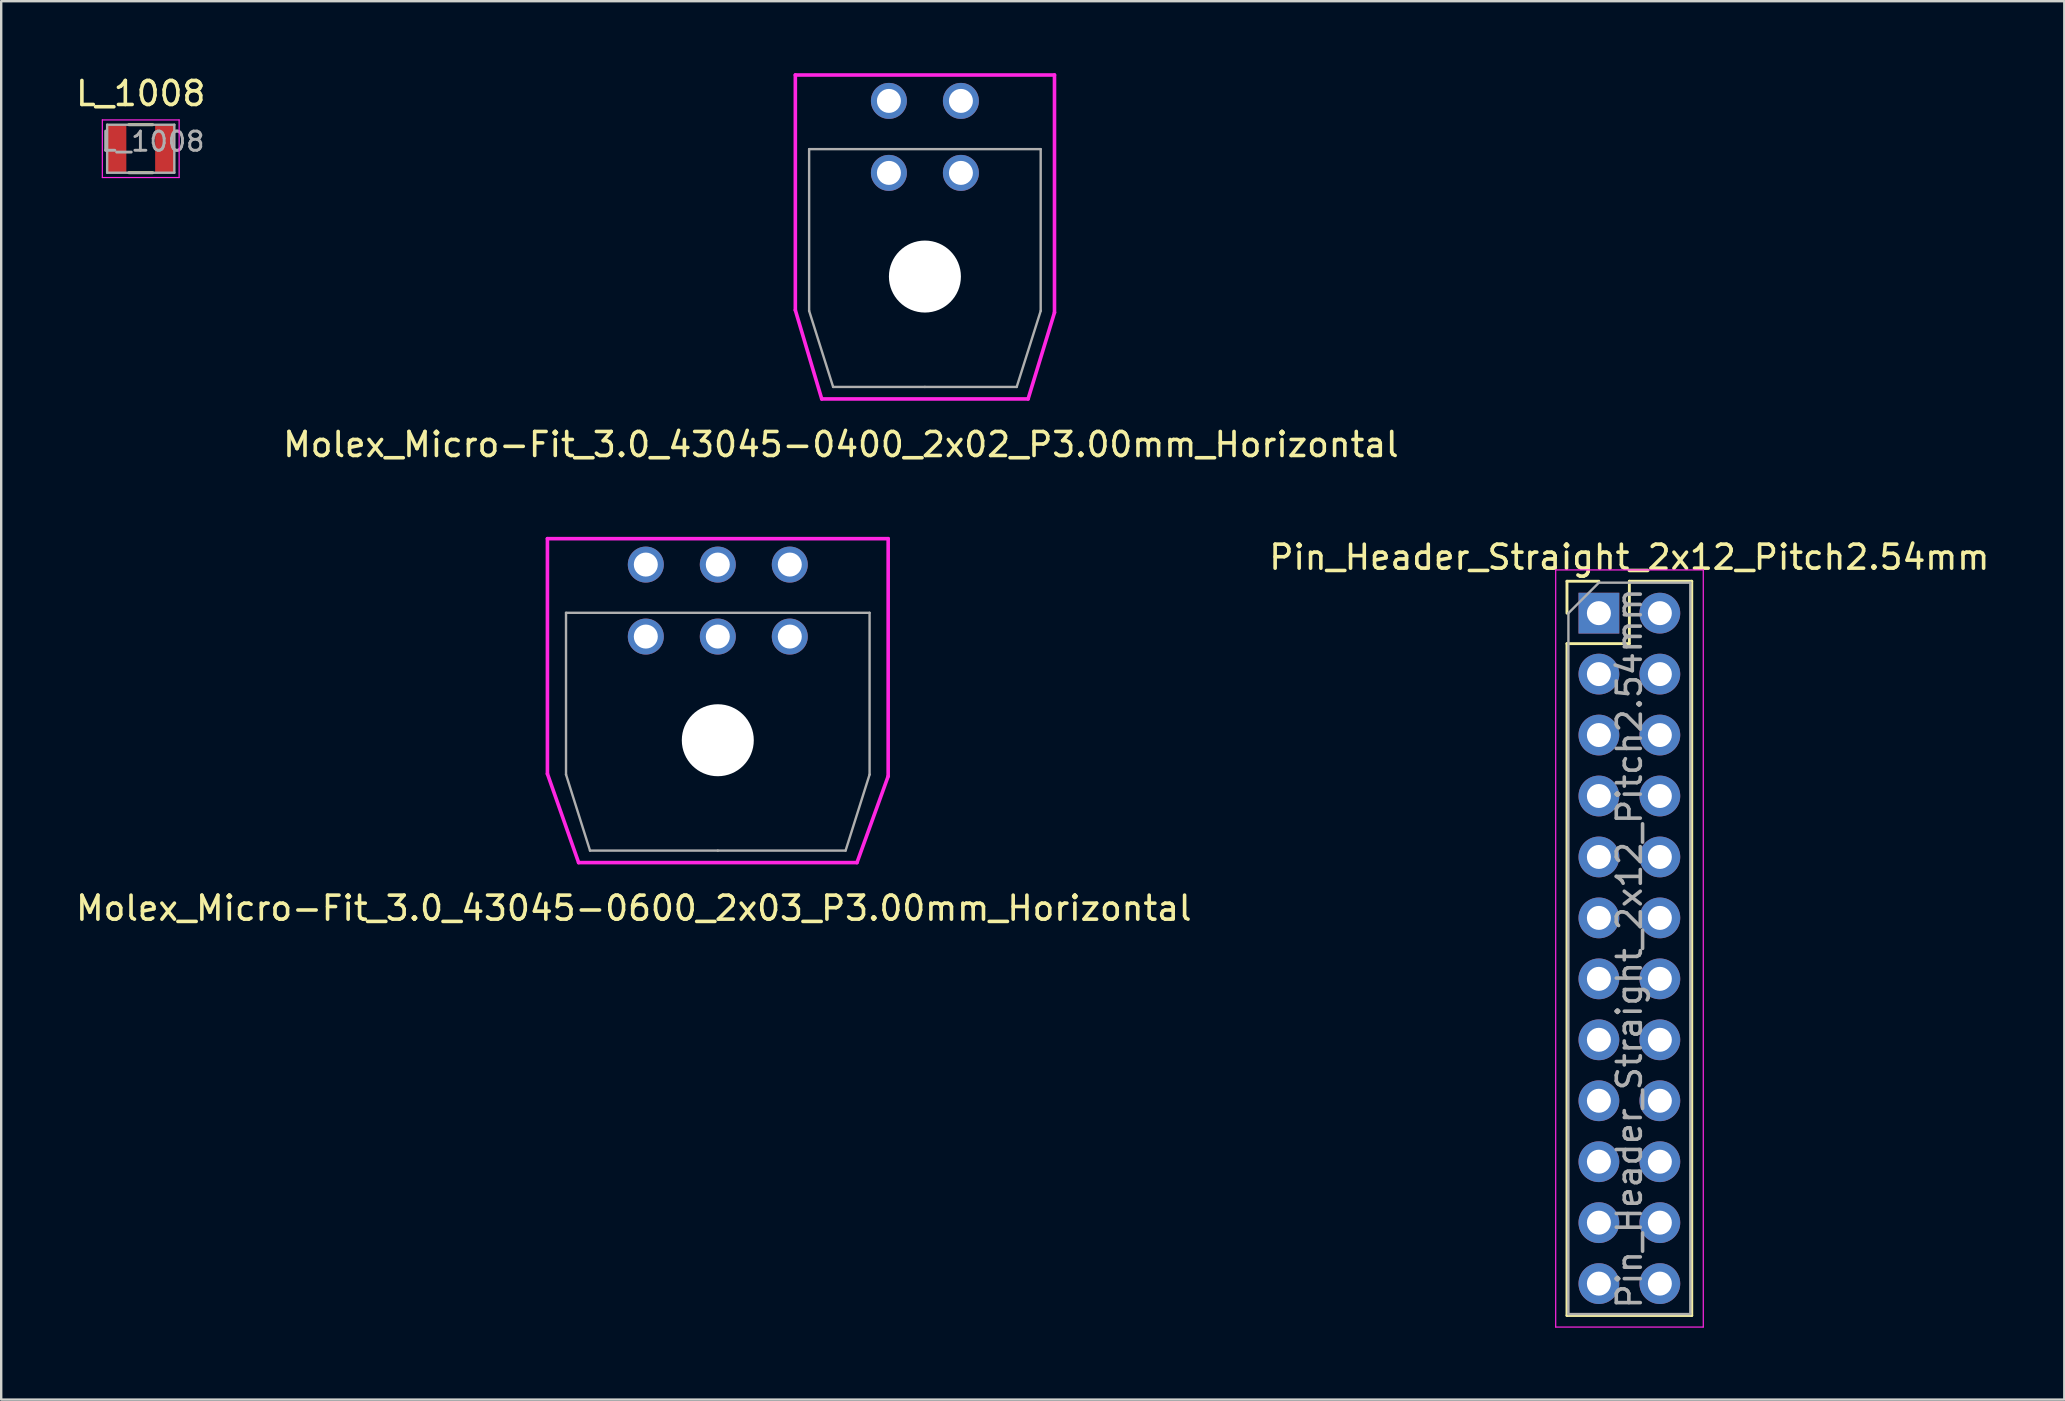
<source format=kicad_pcb>
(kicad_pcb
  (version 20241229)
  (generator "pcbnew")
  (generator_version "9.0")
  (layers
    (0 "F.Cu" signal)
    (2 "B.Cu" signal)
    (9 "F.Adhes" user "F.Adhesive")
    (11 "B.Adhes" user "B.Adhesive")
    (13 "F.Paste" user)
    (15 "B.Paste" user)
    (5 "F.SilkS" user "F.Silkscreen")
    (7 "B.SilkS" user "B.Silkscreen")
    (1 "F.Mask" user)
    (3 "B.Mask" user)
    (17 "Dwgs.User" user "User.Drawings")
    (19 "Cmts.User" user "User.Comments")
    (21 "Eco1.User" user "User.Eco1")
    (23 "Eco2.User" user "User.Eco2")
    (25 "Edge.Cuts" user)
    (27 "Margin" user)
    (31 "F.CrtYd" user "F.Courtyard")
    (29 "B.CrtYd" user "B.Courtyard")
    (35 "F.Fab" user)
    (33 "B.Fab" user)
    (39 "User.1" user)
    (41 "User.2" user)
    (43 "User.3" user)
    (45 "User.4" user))
  (footprint "Pin_Header_Straight_2x12_Pitch2.54mm"
    (layer "F.Cu")
    (at 63.581 22.502)
    (property "Reference" "Pin_Header_Straight_2x12_Pitch2.54mm" (at 1.27 -2.33 0) (layer "F.SilkS") (effects (font (size 1 1) (thickness 0.15))))
    (attr through_hole)
    (fp_line (start -1.33 -1.33) (end 0 -1.33) (stroke (width 0.12) (type solid)) (layer "F.SilkS"))
    (fp_line (start -1.33 0) (end -1.33 -1.33) (stroke (width 0.12) (type solid)) (layer "F.SilkS"))
    (fp_line (start -1.33 1.27) (end -1.33 29.27) (stroke (width 0.12) (type solid)) (layer "F.SilkS"))
    (fp_line (start -1.33 1.27) (end 1.27 1.27) (stroke (width 0.12) (type solid)) (layer "F.SilkS"))
    (fp_line (start -1.33 29.27) (end 3.87 29.27) (stroke (width 0.12) (type solid)) (layer "F.SilkS"))
    (fp_line (start 1.27 -1.33) (end 3.87 -1.33) (stroke (width 0.12) (type solid)) (layer "F.SilkS"))
    (fp_line (start 1.27 1.27) (end 1.27 -1.33) (stroke (width 0.12) (type solid)) (layer "F.SilkS"))
    (fp_line (start 3.87 -1.33) (end 3.87 29.27) (stroke (width 0.12) (type solid)) (layer "F.SilkS"))
    (fp_line (start -1.8 -1.8) (end -1.8 29.75) (stroke (width 0.05) (type solid)) (layer "F.CrtYd"))
    (fp_line (start -1.8 29.75) (end 4.35 29.75) (stroke (width 0.05) (type solid)) (layer "F.CrtYd"))
    (fp_line (start 4.35 -1.8) (end -1.8 -1.8) (stroke (width 0.05) (type solid)) (layer "F.CrtYd"))
    (fp_line (start 4.35 29.75) (end 4.35 -1.8) (stroke (width 0.05) (type solid)) (layer "F.CrtYd"))
    (fp_line (start -1.27 0) (end 0 -1.27) (stroke (width 0.1) (type solid)) (layer "F.Fab"))
    (fp_line (start -1.27 29.21) (end -1.27 0) (stroke (width 0.1) (type solid)) (layer "F.Fab"))
    (fp_line (start 0 -1.27) (end 3.81 -1.27) (stroke (width 0.1) (type solid)) (layer "F.Fab"))
    (fp_line (start 3.81 -1.27) (end 3.81 29.21) (stroke (width 0.1) (type solid)) (layer "F.Fab"))
    (fp_line (start 3.81 29.21) (end -1.27 29.21) (stroke (width 0.1) (type solid)) (layer "F.Fab"))
    (fp_text user "${REFERENCE}" (at 1.27 13.97 90) (layer "F.Fab") (effects (font (size 1 1) (thickness 0.15))))
    (pad "1" thru_hole rect (at 0 0) (size 1.7 1.7) (drill 1) (layers "*.Cu" "*.Mask"))
    (pad "2" thru_hole oval (at 0 2.54) (size 1.7 1.7) (drill 1) (layers "*.Cu" "*.Mask"))
    (pad "3" thru_hole oval (at 0 5.08) (size 1.7 1.7) (drill 1) (layers "*.Cu" "*.Mask"))
    (pad "4" thru_hole oval (at 0 7.62) (size 1.7 1.7) (drill 1) (layers "*.Cu" "*.Mask"))
    (pad "5" thru_hole oval (at 0 10.16) (size 1.7 1.7) (drill 1) (layers "*.Cu" "*.Mask"))
    (pad "6" thru_hole oval (at 0 12.7) (size 1.7 1.7) (drill 1) (layers "*.Cu" "*.Mask"))
    (pad "7" thru_hole oval (at 0 15.24) (size 1.7 1.7) (drill 1) (layers "*.Cu" "*.Mask"))
    (pad "8" thru_hole oval (at 0 17.78) (size 1.7 1.7) (drill 1) (layers "*.Cu" "*.Mask"))
    (pad "9" thru_hole oval (at 0 20.32) (size 1.7 1.7) (drill 1) (layers "*.Cu" "*.Mask"))
    (pad "10" thru_hole oval (at 0 22.86) (size 1.7 1.7) (drill 1) (layers "*.Cu" "*.Mask"))
    (pad "11" thru_hole oval (at 0 25.4) (size 1.7 1.7) (drill 1) (layers "*.Cu" "*.Mask"))
    (pad "12" thru_hole oval (at 0 27.94) (size 1.7 1.7) (drill 1) (layers "*.Cu" "*.Mask"))
    (pad "13" thru_hole oval (at 2.54 0) (size 1.7 1.7) (drill 1) (layers "*.Cu" "*.Mask"))
    (pad "14" thru_hole oval (at 2.54 2.54) (size 1.7 1.7) (drill 1) (layers "*.Cu" "*.Mask"))
    (pad "15" thru_hole oval (at 2.54 5.08) (size 1.7 1.7) (drill 1) (layers "*.Cu" "*.Mask"))
    (pad "16" thru_hole oval (at 2.54 7.62) (size 1.7 1.7) (drill 1) (layers "*.Cu" "*.Mask"))
    (pad "17" thru_hole oval (at 2.54 10.16) (size 1.7 1.7) (drill 1) (layers "*.Cu" "*.Mask"))
    (pad "18" thru_hole oval (at 2.54 12.7) (size 1.7 1.7) (drill 1) (layers "*.Cu" "*.Mask"))
    (pad "19" thru_hole oval (at 2.54 15.24) (size 1.7 1.7) (drill 1) (layers "*.Cu" "*.Mask"))
    (pad "20" thru_hole oval (at 2.54 17.78) (size 1.7 1.7) (drill 1) (layers "*.Cu" "*.Mask"))
    (pad "21" thru_hole oval (at 2.54 20.32) (size 1.7 1.7) (drill 1) (layers "*.Cu" "*.Mask"))
    (pad "22" thru_hole oval (at 2.54 22.86) (size 1.7 1.7) (drill 1) (layers "*.Cu" "*.Mask"))
    (pad "23" thru_hole oval (at 2.54 25.4) (size 1.7 1.7) (drill 1) (layers "*.Cu" "*.Mask"))
    (pad "24" thru_hole oval (at 2.54 27.94) (size 1.7 1.7) (drill 1) (layers "*.Cu" "*.Mask")))
  (footprint "Molex_Micro-Fit_3.0_43045-0400_2x02_P3.00mm_Horizontal"
    (layer "F.Cu")
    (at 35.494 13.075)
    (property "Reference" "Molex_Micro-Fit_3.0_43045-0400_2x02_P3.00mm_Horizontal" (at -3.5 2.4 180) (layer "F.SilkS") (effects (font (size 1 1) (thickness 0.15))))
    (attr smd)
    (fp_line (start -5.4 -13) (end -5.4 -3.2) (stroke (width 0.15) (type solid)) (layer "F.CrtYd"))
    (fp_line (start -5.4 -3.2) (end -4.3 0.5) (stroke (width 0.15) (type solid)) (layer "F.CrtYd"))
    (fp_line (start -4.3 0.5) (end 4.3 0.5) (stroke (width 0.15) (type solid)) (layer "F.CrtYd"))
    (fp_line (start 4.3 0.5) (end 5.4 -3.1) (stroke (width 0.15) (type solid)) (layer "F.CrtYd"))
    (fp_line (start 5.4 -13) (end -5.4 -13) (stroke (width 0.15) (type solid)) (layer "F.CrtYd"))
    (fp_line (start 5.4 -3.1) (end 5.4 -13) (stroke (width 0.15) (type solid)) (layer "F.CrtYd"))
    (fp_line (start -4.825 -9.91) (end -4.825 -3.17) (stroke (width 0.1) (type solid)) (layer "F.Fab"))
    (fp_line (start -4.825 -9.91) (end 4.825 -9.91) (stroke (width 0.1) (type solid)) (layer "F.Fab"))
    (fp_line (start -4.825 -3.17) (end -3.825 0) (stroke (width 0.1) (type solid)) (layer "F.Fab"))
    (fp_line (start 0 0) (end -3.825 0) (stroke (width 0.1) (type solid)) (layer "F.Fab"))
    (fp_line (start 0 0) (end 3.825 0) (stroke (width 0.1) (type solid)) (layer "F.Fab"))
    (fp_line (start 4.825 -9.91) (end 4.825 -3.17) (stroke (width 0.1) (type solid)) (layer "F.Fab"))
    (fp_line (start 4.826 -3.17) (end 3.825 0) (stroke (width 0.1) (type solid)) (layer "F.Fab"))
    (pad "" np_thru_hole circle (at 0 -4.6 180) (size 3 3) (drill 3) (layers "*.Cu" "*.Mask"))
    (pad "1" thru_hole circle (at 1.5 -8.92 180) (size 1.5 1.5) (drill 1) (layers "*.Cu" "*.Mask"))
    (pad "2" thru_hole circle (at -1.5 -8.92 180) (size 1.5 1.5) (drill 1) (layers "*.Cu" "*.Mask"))
    (pad "3" thru_hole circle (at 1.5 -11.92 180) (size 1.5 1.5) (drill 1) (layers "*.Cu" "*.Mask"))
    (pad "4" thru_hole circle (at -1.5 -11.92 180) (size 1.5 1.5) (drill 1) (layers "*.Cu" "*.Mask")))
  (footprint "L_1008"
    (layer "F.Cu")
    (at 2.815 3.148)
    (property "Reference" "L_1008" (at 0 -2.3 0) (layer "F.SilkS") (effects (font (size 1 1) (thickness 0.15))))
    (attr smd)
    (fp_line (start -0.5 -1) (end 0.5 -1) (stroke (width 0.12) (type solid)) (layer "F.SilkS"))
    (fp_line (start -0.5 1) (end 0.5 1) (stroke (width 0.12) (type solid)) (layer "F.SilkS"))
    (fp_line (start -1.6 -1.2) (end 1.6 -1.2) (stroke (width 0.05) (type solid)) (layer "F.CrtYd"))
    (fp_line (start -1.6 1.2) (end -1.6 -1.2) (stroke (width 0.05) (type solid)) (layer "F.CrtYd"))
    (fp_line (start 1.6 -1.2) (end 1.6 1.2) (stroke (width 0.05) (type solid)) (layer "F.CrtYd"))
    (fp_line (start 1.6 1.2) (end -1.6 1.2) (stroke (width 0.05) (type solid)) (layer "F.CrtYd"))
    (fp_line (start -1.4 -1) (end 1.4 -1) (stroke (width 0.1) (type solid)) (layer "F.Fab"))
    (fp_line (start -1.4 1) (end -1.4 -1) (stroke (width 0.1) (type solid)) (layer "F.Fab"))
    (fp_line (start 1.4 -1) (end 1.4 1) (stroke (width 0.1) (type solid)) (layer "F.Fab"))
    (fp_line (start 1.4 1) (end -1.4 1) (stroke (width 0.1) (type solid)) (layer "F.Fab"))
    (fp_text user "${REFERENCE}" (at 0.5 -0.3 0) (layer "F.Fab") (effects (font (size 0.8 0.8) (thickness 0.12))))
    (pad "1" smd rect (at -1 0) (size 0.8 2) (layers "F.Cu" "F.Mask" "F.Paste"))
    (pad "2" smd rect (at 1 0) (size 0.8 2) (layers "F.Cu" "F.Mask" "F.Paste")))
  (footprint "Molex_Micro-Fit_3.0_43045-0600_2x03_P3.00mm_Horizontal"
    (layer "F.Cu")
    (at 26.863 32.398)
    (property "Reference" "Molex_Micro-Fit_3.0_43045-0600_2x03_P3.00mm_Horizontal" (at -3.5 2.4 180) (layer "F.SilkS") (effects (font (size 1 1) (thickness 0.15))))
    (attr smd)
    (fp_line (start -7.1 -13) (end -7.1 -3.2) (stroke (width 0.15) (type solid)) (layer "F.CrtYd"))
    (fp_line (start -7.1 -3.2) (end -5.8 0.5) (stroke (width 0.15) (type solid)) (layer "F.CrtYd"))
    (fp_line (start -5.8 0.5) (end 5.8 0.5) (stroke (width 0.15) (type solid)) (layer "F.CrtYd"))
    (fp_line (start 5.8 0.5) (end 7.1 -3.1) (stroke (width 0.15) (type solid)) (layer "F.CrtYd"))
    (fp_line (start 7.1 -13) (end -7.1 -13) (stroke (width 0.15) (type solid)) (layer "F.CrtYd"))
    (fp_line (start 7.1 -3.1) (end 7.1 -13) (stroke (width 0.15) (type solid)) (layer "F.CrtYd"))
    (fp_line (start -6.325 -9.91) (end -6.325 -3.17) (stroke (width 0.1) (type solid)) (layer "F.Fab"))
    (fp_line (start -6.325 -9.91) (end 6.325 -9.91) (stroke (width 0.1) (type solid)) (layer "F.Fab"))
    (fp_line (start -6.325 -3.17) (end -5.325 0) (stroke (width 0.1) (type solid)) (layer "F.Fab"))
    (fp_line (start 0 0) (end -5.325 0) (stroke (width 0.1) (type solid)) (layer "F.Fab"))
    (fp_line (start 0 0) (end 5.325 0) (stroke (width 0.1) (type solid)) (layer "F.Fab"))
    (fp_line (start 6.325 -9.91) (end 6.325 -3.17) (stroke (width 0.1) (type solid)) (layer "F.Fab"))
    (fp_line (start 6.325 -3.17) (end 5.325 0) (stroke (width 0.1) (type solid)) (layer "F.Fab"))
    (pad "" np_thru_hole circle (at 0 -4.6 180) (size 3 3) (drill 3) (layers "*.Cu" "*.Mask"))
    (pad "1" thru_hole circle (at 3 -8.92 180) (size 1.5 1.5) (drill 1) (layers "*.Cu" "*.Mask"))
    (pad "2" thru_hole circle (at 0 -8.92 180) (size 1.5 1.5) (drill 1) (layers "*.Cu" "*.Mask"))
    (pad "3" thru_hole circle (at -3 -8.92 180) (size 1.5 1.5) (drill 1) (layers "*.Cu" "*.Mask"))
    (pad "4" thru_hole circle (at 3 -11.92 180) (size 1.5 1.5) (drill 1) (layers "*.Cu" "*.Mask"))
    (pad "5" thru_hole circle (at 0 -11.92 180) (size 1.5 1.5) (drill 1) (layers "*.Cu" "*.Mask"))
    (pad "6" thru_hole circle (at -3 -11.92 180) (size 1.5 1.5) (drill 1) (layers "*.Cu" "*.Mask")))
  (gr_rect
    (start -3 -3)
    (end 82.976 55.276)
    (stroke (width 0.1) (type default))
    (fill no)
    (layer "Edge.Cuts")))
</source>
